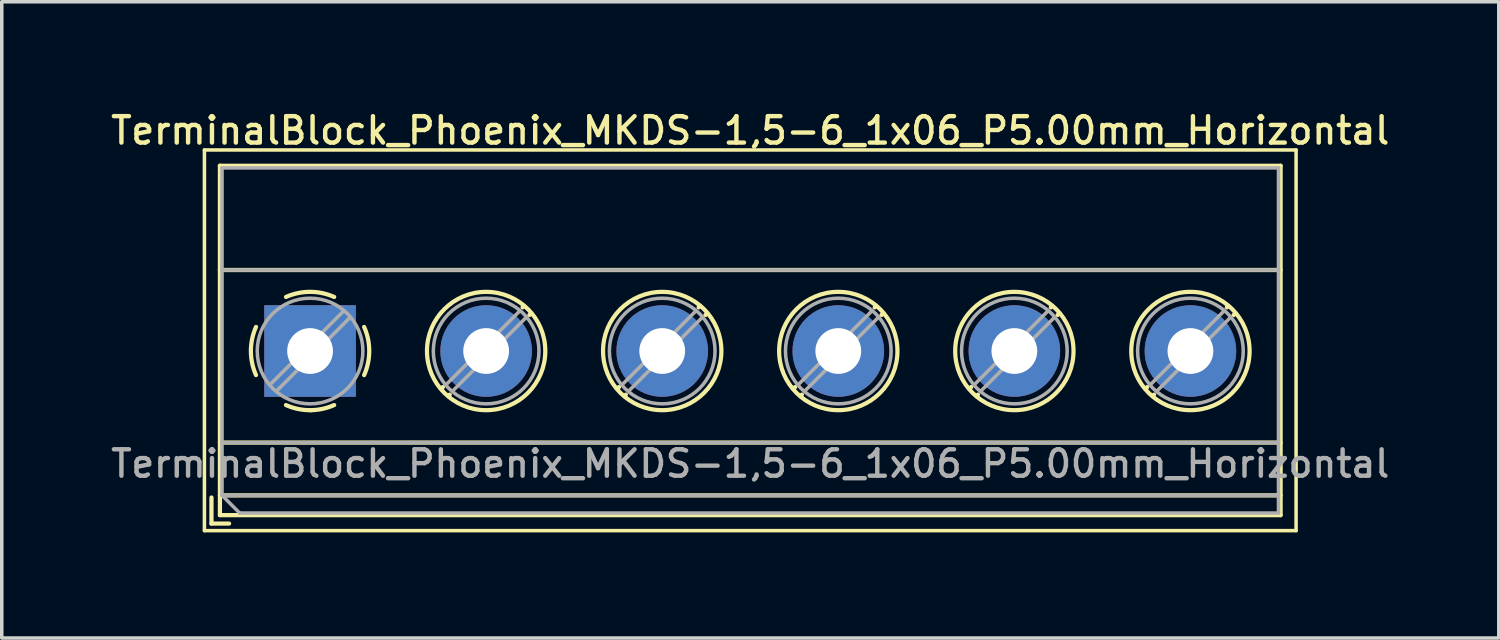
<source format=kicad_pcb>
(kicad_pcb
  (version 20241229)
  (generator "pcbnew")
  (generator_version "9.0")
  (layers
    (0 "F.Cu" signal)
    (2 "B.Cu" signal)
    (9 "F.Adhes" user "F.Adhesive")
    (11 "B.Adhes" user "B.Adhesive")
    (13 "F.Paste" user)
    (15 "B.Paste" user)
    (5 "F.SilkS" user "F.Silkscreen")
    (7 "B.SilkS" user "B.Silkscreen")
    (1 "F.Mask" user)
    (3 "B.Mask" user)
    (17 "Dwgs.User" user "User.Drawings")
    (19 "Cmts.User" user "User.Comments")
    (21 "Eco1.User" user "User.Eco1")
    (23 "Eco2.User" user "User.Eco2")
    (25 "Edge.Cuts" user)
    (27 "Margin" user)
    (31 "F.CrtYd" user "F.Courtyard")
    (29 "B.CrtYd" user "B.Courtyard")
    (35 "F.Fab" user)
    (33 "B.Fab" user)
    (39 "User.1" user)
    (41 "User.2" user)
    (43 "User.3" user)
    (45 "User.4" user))
  (footprint "TerminalBlock_Phoenix_MKDS-1,5-6_1x06_P5.00mm_Horizontal"
    (layer "F.Cu")
    (at 5.755 6.918)
    (property "Reference" "TerminalBlock_Phoenix_MKDS-1,5-6_1x06_P5.00mm_Horizontal" (at 12.5 -6.26 0) (layer "F.SilkS") (effects (font (size 0.75 0.75) (thickness 0.125))))
    (attr through_hole)
    (fp_line (start -3 -5.71) (end -3 5.1) (stroke (width 0.1) (type solid)) (layer "F.SilkS"))
    (fp_line (start -3 5.1) (end 28 5.1) (stroke (width 0.1) (type solid)) (layer "F.SilkS"))
    (fp_line (start -2.8 4.16) (end -2.8 4.9) (stroke (width 0.12) (type solid)) (layer "F.SilkS"))
    (fp_line (start -2.8 4.9) (end -2.3 4.9) (stroke (width 0.12) (type solid)) (layer "F.SilkS"))
    (fp_line (start -2.56 -5.261) (end -2.56 4.66) (stroke (width 0.12) (type solid)) (layer "F.SilkS"))
    (fp_line (start -2.56 -5.261) (end 27.56 -5.261) (stroke (width 0.12) (type solid)) (layer "F.SilkS"))
    (fp_line (start -2.56 -2.301) (end 27.56 -2.301) (stroke (width 0.12) (type solid)) (layer "F.SilkS"))
    (fp_line (start -2.56 2.6) (end 27.56 2.6) (stroke (width 0.12) (type solid)) (layer "F.SilkS"))
    (fp_line (start -2.56 4.1) (end 27.56 4.1) (stroke (width 0.12) (type solid)) (layer "F.SilkS"))
    (fp_line (start -2.56 4.66) (end 27.56 4.66) (stroke (width 0.12) (type solid)) (layer "F.SilkS"))
    (fp_line (start 3.773 1.023) (end 3.726 1.069) (stroke (width 0.12) (type solid)) (layer "F.SilkS"))
    (fp_line (start 3.966 1.239) (end 3.931 1.274) (stroke (width 0.12) (type solid)) (layer "F.SilkS"))
    (fp_line (start 6.07 -1.275) (end 6.035 -1.239) (stroke (width 0.12) (type solid)) (layer "F.SilkS"))
    (fp_line (start 6.275 -1.069) (end 6.228 -1.023) (stroke (width 0.12) (type solid)) (layer "F.SilkS"))
    (fp_line (start 8.773 1.023) (end 8.726 1.069) (stroke (width 0.12) (type solid)) (layer "F.SilkS"))
    (fp_line (start 8.966 1.239) (end 8.931 1.274) (stroke (width 0.12) (type solid)) (layer "F.SilkS"))
    (fp_line (start 11.07 -1.275) (end 11.035 -1.239) (stroke (width 0.12) (type solid)) (layer "F.SilkS"))
    (fp_line (start 11.275 -1.069) (end 11.228 -1.023) (stroke (width 0.12) (type solid)) (layer "F.SilkS"))
    (fp_line (start 13.773 1.023) (end 13.726 1.069) (stroke (width 0.12) (type solid)) (layer "F.SilkS"))
    (fp_line (start 13.966 1.239) (end 13.931 1.274) (stroke (width 0.12) (type solid)) (layer "F.SilkS"))
    (fp_line (start 16.07 -1.275) (end 16.035 -1.239) (stroke (width 0.12) (type solid)) (layer "F.SilkS"))
    (fp_line (start 16.275 -1.069) (end 16.228 -1.023) (stroke (width 0.12) (type solid)) (layer "F.SilkS"))
    (fp_line (start 18.773 1.023) (end 18.726 1.069) (stroke (width 0.12) (type solid)) (layer "F.SilkS"))
    (fp_line (start 18.966 1.239) (end 18.931 1.274) (stroke (width 0.12) (type solid)) (layer "F.SilkS"))
    (fp_line (start 21.07 -1.275) (end 21.035 -1.239) (stroke (width 0.12) (type solid)) (layer "F.SilkS"))
    (fp_line (start 21.275 -1.069) (end 21.228 -1.023) (stroke (width 0.12) (type solid)) (layer "F.SilkS"))
    (fp_line (start 23.773 1.023) (end 23.726 1.069) (stroke (width 0.12) (type solid)) (layer "F.SilkS"))
    (fp_line (start 23.966 1.239) (end 23.931 1.274) (stroke (width 0.12) (type solid)) (layer "F.SilkS"))
    (fp_line (start 26.07 -1.275) (end 26.035 -1.239) (stroke (width 0.12) (type solid)) (layer "F.SilkS"))
    (fp_line (start 26.275 -1.069) (end 26.228 -1.023) (stroke (width 0.12) (type solid)) (layer "F.SilkS"))
    (fp_line (start 27.56 -5.261) (end 27.56 4.66) (stroke (width 0.12) (type solid)) (layer "F.SilkS"))
    (fp_line (start 28 -5.71) (end -3 -5.71) (stroke (width 0.1) (type solid)) (layer "F.SilkS"))
    (fp_line (start 28 5.1) (end 28 -5.71) (stroke (width 0.1) (type solid)) (layer "F.SilkS"))
    (fp_arc (start -1.535427 0.683042) (mid -1.680501 -0.000524) (end -1.535 -0.684) (stroke (width 0.12) (type solid)) (layer "F.SilkS"))
    (fp_arc (start -0.683042 -1.535427) (mid 0.000524 -1.680501) (end 0.684 -1.535) (stroke (width 0.12) (type solid)) (layer "F.SilkS"))
    (fp_arc (start 0.028805 1.680253) (mid -0.335551 1.646659) (end -0.684 1.535) (stroke (width 0.12) (type solid)) (layer "F.SilkS"))
    (fp_arc (start 0.683318 1.534756) (mid 0.349292 1.643288) (end 0 1.68) (stroke (width 0.12) (type solid)) (layer "F.SilkS"))
    (fp_arc (start 1.535427 -0.683042) (mid 1.680501 0.000524) (end 1.535 0.684) (stroke (width 0.12) (type solid)) (layer "F.SilkS"))
    (fp_circle (center 5 0) (end 6.68 0) (stroke (width 0.12) (type solid)) (fill no) (layer "F.SilkS"))
    (fp_circle (center 10 0) (end 11.68 0) (stroke (width 0.12) (type solid)) (fill no) (layer "F.SilkS"))
    (fp_circle (center 15 0) (end 16.68 0) (stroke (width 0.12) (type solid)) (fill no) (layer "F.SilkS"))
    (fp_circle (center 20 0) (end 21.68 0) (stroke (width 0.12) (type solid)) (fill no) (layer "F.SilkS"))
    (fp_circle (center 25 0) (end 26.68 0) (stroke (width 0.12) (type solid)) (fill no) (layer "F.SilkS"))
    (fp_line (start -2.5 -5.2) (end 27.5 -5.2) (stroke (width 0.1) (type solid)) (layer "F.Fab"))
    (fp_line (start -2.5 -2.3) (end 27.5 -2.3) (stroke (width 0.1) (type solid)) (layer "F.Fab"))
    (fp_line (start -2.5 2.6) (end 27.5 2.6) (stroke (width 0.1) (type solid)) (layer "F.Fab"))
    (fp_line (start -2.5 4.1) (end -2.5 -5.2) (stroke (width 0.1) (type solid)) (layer "F.Fab"))
    (fp_line (start -2.5 4.1) (end 27.5 4.1) (stroke (width 0.1) (type solid)) (layer "F.Fab"))
    (fp_line (start -2 4.6) (end -2.5 4.1) (stroke (width 0.1) (type solid)) (layer "F.Fab"))
    (fp_line (start 0.955 -1.138) (end -1.138 0.955) (stroke (width 0.1) (type solid)) (layer "F.Fab"))
    (fp_line (start 1.138 -0.955) (end -0.955 1.138) (stroke (width 0.1) (type solid)) (layer "F.Fab"))
    (fp_line (start 5.955 -1.138) (end 3.863 0.955) (stroke (width 0.1) (type solid)) (layer "F.Fab"))
    (fp_line (start 6.138 -0.955) (end 4.046 1.138) (stroke (width 0.1) (type solid)) (layer "F.Fab"))
    (fp_line (start 10.955 -1.138) (end 8.863 0.955) (stroke (width 0.1) (type solid)) (layer "F.Fab"))
    (fp_line (start 11.138 -0.955) (end 9.046 1.138) (stroke (width 0.1) (type solid)) (layer "F.Fab"))
    (fp_line (start 15.955 -1.138) (end 13.863 0.955) (stroke (width 0.1) (type solid)) (layer "F.Fab"))
    (fp_line (start 16.138 -0.955) (end 14.046 1.138) (stroke (width 0.1) (type solid)) (layer "F.Fab"))
    (fp_line (start 20.955 -1.138) (end 18.863 0.955) (stroke (width 0.1) (type solid)) (layer "F.Fab"))
    (fp_line (start 21.138 -0.955) (end 19.046 1.138) (stroke (width 0.1) (type solid)) (layer "F.Fab"))
    (fp_line (start 25.955 -1.138) (end 23.863 0.955) (stroke (width 0.1) (type solid)) (layer "F.Fab"))
    (fp_line (start 26.138 -0.955) (end 24.046 1.138) (stroke (width 0.1) (type solid)) (layer "F.Fab"))
    (fp_line (start 27.5 -5.2) (end 27.5 4.6) (stroke (width 0.1) (type solid)) (layer "F.Fab"))
    (fp_line (start 27.5 4.6) (end -2 4.6) (stroke (width 0.1) (type solid)) (layer "F.Fab"))
    (fp_circle (center 0 0) (end 1.5 0) (stroke (width 0.1) (type solid)) (fill no) (layer "F.Fab"))
    (fp_circle (center 5 0) (end 6.5 0) (stroke (width 0.1) (type solid)) (fill no) (layer "F.Fab"))
    (fp_circle (center 10 0) (end 11.5 0) (stroke (width 0.1) (type solid)) (fill no) (layer "F.Fab"))
    (fp_circle (center 15 0) (end 16.5 0) (stroke (width 0.1) (type solid)) (fill no) (layer "F.Fab"))
    (fp_circle (center 20 0) (end 21.5 0) (stroke (width 0.1) (type solid)) (fill no) (layer "F.Fab"))
    (fp_circle (center 25 0) (end 26.5 0) (stroke (width 0.1) (type solid)) (fill no) (layer "F.Fab"))
    (fp_text user "${REFERENCE}" (at 12.5 3.2 0) (layer "F.Fab") (effects (font (size 0.75 0.75) (thickness 0.125))))
    (pad "1" thru_hole rect (at 0 0) (size 2.6 2.6) (drill 1.3) (layers "*.Cu" "*.Mask"))
    (pad "2" thru_hole circle (at 5 0) (size 2.6 2.6) (drill 1.3) (layers "*.Cu" "*.Mask"))
    (pad "3" thru_hole circle (at 10 0) (size 2.6 2.6) (drill 1.3) (layers "*.Cu" "*.Mask"))
    (pad "4" thru_hole circle (at 15 0) (size 2.6 2.6) (drill 1.3) (layers "*.Cu" "*.Mask"))
    (pad "5" thru_hole circle (at 20 0) (size 2.6 2.6) (drill 1.3) (layers "*.Cu" "*.Mask"))
    (pad "6" thru_hole circle (at 25 0) (size 2.6 2.6) (drill 1.3) (layers "*.Cu" "*.Mask")))
  (gr_rect
    (start -3 -3)
    (end 39.511 15.068)
    (stroke (width 0.1) (type default))
    (fill no)
    (layer "Edge.Cuts")))
</source>
